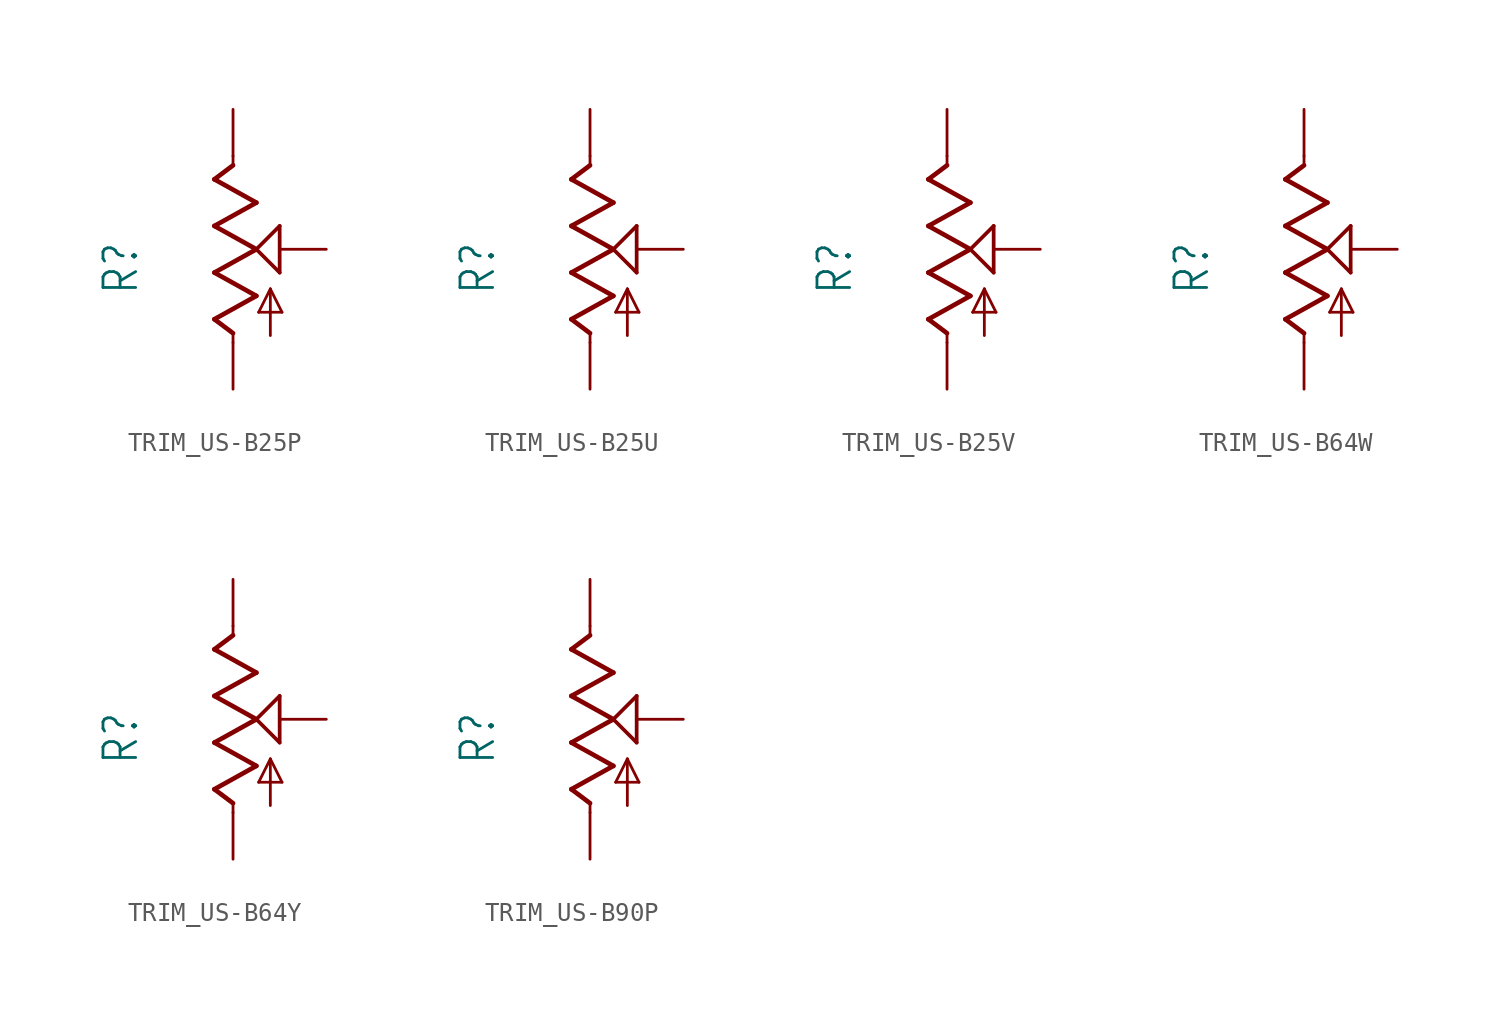
<source format=kicad_sym>
(kicad_symbol_lib
  (version 20231120)
  (generator "kicad_symbol_editor")
  (generator_version "8.0")
  (symbol "TRIM_US-B25P"
    (property "Reference" "R"
      (at -5.08 -2.54 90)
      (effects (font (size 1.778 1.511)) (justify left bottom)))
    (property "Value" ""
      (at -2.54 -2.54 90)
      (effects (font (size 1.778 1.511)) (justify left bottom)))
    (property "ki_locked" ""
      (at 0 0 0)
      (effects (font (size 1.27 1.27))))
    (symbol "TRIM_US-B25P_1_0"
      (polyline (pts (xy -1.016 -3.81) (xy 1.27 -2.54)) (stroke (width 0.254) (type solid)) (fill (type none)))
      (polyline (pts (xy -1.016 -1.27) (xy 1.27 0)) (stroke (width 0.254) (type solid)) (fill (type none)))
      (polyline (pts (xy -1.016 1.27) (xy 1.27 2.54)) (stroke (width 0.254) (type solid)) (fill (type none)))
      (polyline (pts (xy -1.016 3.81) (xy 0 4.572)) (stroke (width 0.254) (type solid)) (fill (type none)))
      (polyline (pts (xy 0 -5.08) (xy 0 -4.572)) (stroke (width 0.152) (type solid)) (fill (type none)))
      (polyline (pts (xy 0 -4.572) (xy -1.016 -3.81)) (stroke (width 0.254) (type solid)) (fill (type none)))
      (polyline (pts (xy 0 4.572) (xy 0 5.08)) (stroke (width 0.152) (type solid)) (fill (type none)))
      (polyline (pts (xy 1.27 -2.54) (xy -1.016 -1.27)) (stroke (width 0.254) (type solid)) (fill (type none)))
      (polyline (pts (xy 1.27 0) (xy -1.016 1.27)) (stroke (width 0.254) (type solid)) (fill (type none)))
      (polyline (pts (xy 1.27 0) (xy 2.54 1.27)) (stroke (width 0.203) (type solid)) (fill (type none)))
      (polyline (pts (xy 1.27 2.54) (xy -1.016 3.81)) (stroke (width 0.254) (type solid)) (fill (type none)))
      (polyline (pts (xy 1.397 -3.429) (xy 2.032 -2.159)) (stroke (width 0.152) (type solid)) (fill (type none)))
      (polyline (pts (xy 2.032 -4.699) (xy 2.032 -2.159)) (stroke (width 0.152) (type solid)) (fill (type none)))
      (polyline (pts (xy 2.032 -2.159) (xy 2.667 -3.429)) (stroke (width 0.152) (type solid)) (fill (type none)))
      (polyline (pts (xy 2.54 -1.27) (xy 1.27 0)) (stroke (width 0.203) (type solid)) (fill (type none)))
      (polyline (pts (xy 2.54 1.27) (xy 2.54 -1.27)) (stroke (width 0.203) (type solid)) (fill (type none)))
      (polyline (pts (xy 2.667 -3.429) (xy 1.397 -3.429)) (stroke (width 0.152) (type solid)) (fill (type none)))
      (pin passive line (at 0 -7.62 90) (length 2.54) (name "A" (effects (font (size 0 0)))) (number "A" (effects (font (size 0 0)))))
      (pin passive line (at 0 7.62 270) (length 2.54) (name "E" (effects (font (size 0 0)))) (number "E" (effects (font (size 0 0)))))
      (pin passive line (at 5.08 0 180) (length 2.54) (name "S" (effects (font (size 0 0)))) (number "S" (effects (font (size 0 0)))))))
  (symbol "TRIM_US-B25U"
    (property "Reference" "R"
      (at -5.08 -2.54 90)
      (effects (font (size 1.778 1.511)) (justify left bottom)))
    (property "Value" ""
      (at -2.54 -2.54 90)
      (effects (font (size 1.778 1.511)) (justify left bottom)))
    (property "ki_locked" ""
      (at 0 0 0)
      (effects (font (size 1.27 1.27))))
    (symbol "TRIM_US-B25U_1_0"
      (polyline (pts (xy -1.016 -3.81) (xy 1.27 -2.54)) (stroke (width 0.254) (type solid)) (fill (type none)))
      (polyline (pts (xy -1.016 -1.27) (xy 1.27 0)) (stroke (width 0.254) (type solid)) (fill (type none)))
      (polyline (pts (xy -1.016 1.27) (xy 1.27 2.54)) (stroke (width 0.254) (type solid)) (fill (type none)))
      (polyline (pts (xy -1.016 3.81) (xy 0 4.572)) (stroke (width 0.254) (type solid)) (fill (type none)))
      (polyline (pts (xy 0 -5.08) (xy 0 -4.572)) (stroke (width 0.152) (type solid)) (fill (type none)))
      (polyline (pts (xy 0 -4.572) (xy -1.016 -3.81)) (stroke (width 0.254) (type solid)) (fill (type none)))
      (polyline (pts (xy 0 4.572) (xy 0 5.08)) (stroke (width 0.152) (type solid)) (fill (type none)))
      (polyline (pts (xy 1.27 -2.54) (xy -1.016 -1.27)) (stroke (width 0.254) (type solid)) (fill (type none)))
      (polyline (pts (xy 1.27 0) (xy -1.016 1.27)) (stroke (width 0.254) (type solid)) (fill (type none)))
      (polyline (pts (xy 1.27 0) (xy 2.54 1.27)) (stroke (width 0.203) (type solid)) (fill (type none)))
      (polyline (pts (xy 1.27 2.54) (xy -1.016 3.81)) (stroke (width 0.254) (type solid)) (fill (type none)))
      (polyline (pts (xy 1.397 -3.429) (xy 2.032 -2.159)) (stroke (width 0.152) (type solid)) (fill (type none)))
      (polyline (pts (xy 2.032 -4.699) (xy 2.032 -2.159)) (stroke (width 0.152) (type solid)) (fill (type none)))
      (polyline (pts (xy 2.032 -2.159) (xy 2.667 -3.429)) (stroke (width 0.152) (type solid)) (fill (type none)))
      (polyline (pts (xy 2.54 -1.27) (xy 1.27 0)) (stroke (width 0.203) (type solid)) (fill (type none)))
      (polyline (pts (xy 2.54 1.27) (xy 2.54 -1.27)) (stroke (width 0.203) (type solid)) (fill (type none)))
      (polyline (pts (xy 2.667 -3.429) (xy 1.397 -3.429)) (stroke (width 0.152) (type solid)) (fill (type none)))
      (pin passive line (at 0 -7.62 90) (length 2.54) (name "A" (effects (font (size 0 0)))) (number "A" (effects (font (size 0 0)))))
      (pin passive line (at 0 7.62 270) (length 2.54) (name "E" (effects (font (size 0 0)))) (number "E" (effects (font (size 0 0)))))
      (pin passive line (at 5.08 0 180) (length 2.54) (name "S" (effects (font (size 0 0)))) (number "S" (effects (font (size 0 0)))))))
  (symbol "TRIM_US-B25V"
    (property "Reference" "R"
      (at -5.08 -2.54 90)
      (effects (font (size 1.778 1.511)) (justify left bottom)))
    (property "Value" ""
      (at -2.54 -2.54 90)
      (effects (font (size 1.778 1.511)) (justify left bottom)))
    (property "ki_locked" ""
      (at 0 0 0)
      (effects (font (size 1.27 1.27))))
    (symbol "TRIM_US-B25V_1_0"
      (polyline (pts (xy -1.016 -3.81) (xy 1.27 -2.54)) (stroke (width 0.254) (type solid)) (fill (type none)))
      (polyline (pts (xy -1.016 -1.27) (xy 1.27 0)) (stroke (width 0.254) (type solid)) (fill (type none)))
      (polyline (pts (xy -1.016 1.27) (xy 1.27 2.54)) (stroke (width 0.254) (type solid)) (fill (type none)))
      (polyline (pts (xy -1.016 3.81) (xy 0 4.572)) (stroke (width 0.254) (type solid)) (fill (type none)))
      (polyline (pts (xy 0 -5.08) (xy 0 -4.572)) (stroke (width 0.152) (type solid)) (fill (type none)))
      (polyline (pts (xy 0 -4.572) (xy -1.016 -3.81)) (stroke (width 0.254) (type solid)) (fill (type none)))
      (polyline (pts (xy 0 4.572) (xy 0 5.08)) (stroke (width 0.152) (type solid)) (fill (type none)))
      (polyline (pts (xy 1.27 -2.54) (xy -1.016 -1.27)) (stroke (width 0.254) (type solid)) (fill (type none)))
      (polyline (pts (xy 1.27 0) (xy -1.016 1.27)) (stroke (width 0.254) (type solid)) (fill (type none)))
      (polyline (pts (xy 1.27 0) (xy 2.54 1.27)) (stroke (width 0.203) (type solid)) (fill (type none)))
      (polyline (pts (xy 1.27 2.54) (xy -1.016 3.81)) (stroke (width 0.254) (type solid)) (fill (type none)))
      (polyline (pts (xy 1.397 -3.429) (xy 2.032 -2.159)) (stroke (width 0.152) (type solid)) (fill (type none)))
      (polyline (pts (xy 2.032 -4.699) (xy 2.032 -2.159)) (stroke (width 0.152) (type solid)) (fill (type none)))
      (polyline (pts (xy 2.032 -2.159) (xy 2.667 -3.429)) (stroke (width 0.152) (type solid)) (fill (type none)))
      (polyline (pts (xy 2.54 -1.27) (xy 1.27 0)) (stroke (width 0.203) (type solid)) (fill (type none)))
      (polyline (pts (xy 2.54 1.27) (xy 2.54 -1.27)) (stroke (width 0.203) (type solid)) (fill (type none)))
      (polyline (pts (xy 2.667 -3.429) (xy 1.397 -3.429)) (stroke (width 0.152) (type solid)) (fill (type none)))
      (pin passive line (at 0 -7.62 90) (length 2.54) (name "A" (effects (font (size 0 0)))) (number "A" (effects (font (size 0 0)))))
      (pin passive line (at 0 7.62 270) (length 2.54) (name "E" (effects (font (size 0 0)))) (number "E" (effects (font (size 0 0)))))
      (pin passive line (at 5.08 0 180) (length 2.54) (name "S" (effects (font (size 0 0)))) (number "S" (effects (font (size 0 0)))))))
  (symbol "TRIM_US-B64W"
    (property "Reference" "R"
      (at -5.08 -2.54 90)
      (effects (font (size 1.778 1.511)) (justify left bottom)))
    (property "Value" ""
      (at -2.54 -2.54 90)
      (effects (font (size 1.778 1.511)) (justify left bottom)))
    (property "ki_locked" ""
      (at 0 0 0)
      (effects (font (size 1.27 1.27))))
    (symbol "TRIM_US-B64W_1_0"
      (polyline (pts (xy -1.016 -3.81) (xy 1.27 -2.54)) (stroke (width 0.254) (type solid)) (fill (type none)))
      (polyline (pts (xy -1.016 -1.27) (xy 1.27 0)) (stroke (width 0.254) (type solid)) (fill (type none)))
      (polyline (pts (xy -1.016 1.27) (xy 1.27 2.54)) (stroke (width 0.254) (type solid)) (fill (type none)))
      (polyline (pts (xy -1.016 3.81) (xy 0 4.572)) (stroke (width 0.254) (type solid)) (fill (type none)))
      (polyline (pts (xy 0 -5.08) (xy 0 -4.572)) (stroke (width 0.152) (type solid)) (fill (type none)))
      (polyline (pts (xy 0 -4.572) (xy -1.016 -3.81)) (stroke (width 0.254) (type solid)) (fill (type none)))
      (polyline (pts (xy 0 4.572) (xy 0 5.08)) (stroke (width 0.152) (type solid)) (fill (type none)))
      (polyline (pts (xy 1.27 -2.54) (xy -1.016 -1.27)) (stroke (width 0.254) (type solid)) (fill (type none)))
      (polyline (pts (xy 1.27 0) (xy -1.016 1.27)) (stroke (width 0.254) (type solid)) (fill (type none)))
      (polyline (pts (xy 1.27 0) (xy 2.54 1.27)) (stroke (width 0.203) (type solid)) (fill (type none)))
      (polyline (pts (xy 1.27 2.54) (xy -1.016 3.81)) (stroke (width 0.254) (type solid)) (fill (type none)))
      (polyline (pts (xy 1.397 -3.429) (xy 2.032 -2.159)) (stroke (width 0.152) (type solid)) (fill (type none)))
      (polyline (pts (xy 2.032 -4.699) (xy 2.032 -2.159)) (stroke (width 0.152) (type solid)) (fill (type none)))
      (polyline (pts (xy 2.032 -2.159) (xy 2.667 -3.429)) (stroke (width 0.152) (type solid)) (fill (type none)))
      (polyline (pts (xy 2.54 -1.27) (xy 1.27 0)) (stroke (width 0.203) (type solid)) (fill (type none)))
      (polyline (pts (xy 2.54 1.27) (xy 2.54 -1.27)) (stroke (width 0.203) (type solid)) (fill (type none)))
      (polyline (pts (xy 2.667 -3.429) (xy 1.397 -3.429)) (stroke (width 0.152) (type solid)) (fill (type none)))
      (pin passive line (at 0 -7.62 90) (length 2.54) (name "A" (effects (font (size 0 0)))) (number "A" (effects (font (size 0 0)))))
      (pin passive line (at 0 7.62 270) (length 2.54) (name "E" (effects (font (size 0 0)))) (number "E" (effects (font (size 0 0)))))
      (pin passive line (at 5.08 0 180) (length 2.54) (name "S" (effects (font (size 0 0)))) (number "S" (effects (font (size 0 0)))))))
  (symbol "TRIM_US-B64Y"
    (property "Reference" "R"
      (at -5.08 -2.54 90)
      (effects (font (size 1.778 1.511)) (justify left bottom)))
    (property "Value" ""
      (at -2.54 -2.54 90)
      (effects (font (size 1.778 1.511)) (justify left bottom)))
    (property "ki_locked" ""
      (at 0 0 0)
      (effects (font (size 1.27 1.27))))
    (symbol "TRIM_US-B64Y_1_0"
      (polyline (pts (xy -1.016 -3.81) (xy 1.27 -2.54)) (stroke (width 0.254) (type solid)) (fill (type none)))
      (polyline (pts (xy -1.016 -1.27) (xy 1.27 0)) (stroke (width 0.254) (type solid)) (fill (type none)))
      (polyline (pts (xy -1.016 1.27) (xy 1.27 2.54)) (stroke (width 0.254) (type solid)) (fill (type none)))
      (polyline (pts (xy -1.016 3.81) (xy 0 4.572)) (stroke (width 0.254) (type solid)) (fill (type none)))
      (polyline (pts (xy 0 -5.08) (xy 0 -4.572)) (stroke (width 0.152) (type solid)) (fill (type none)))
      (polyline (pts (xy 0 -4.572) (xy -1.016 -3.81)) (stroke (width 0.254) (type solid)) (fill (type none)))
      (polyline (pts (xy 0 4.572) (xy 0 5.08)) (stroke (width 0.152) (type solid)) (fill (type none)))
      (polyline (pts (xy 1.27 -2.54) (xy -1.016 -1.27)) (stroke (width 0.254) (type solid)) (fill (type none)))
      (polyline (pts (xy 1.27 0) (xy -1.016 1.27)) (stroke (width 0.254) (type solid)) (fill (type none)))
      (polyline (pts (xy 1.27 0) (xy 2.54 1.27)) (stroke (width 0.203) (type solid)) (fill (type none)))
      (polyline (pts (xy 1.27 2.54) (xy -1.016 3.81)) (stroke (width 0.254) (type solid)) (fill (type none)))
      (polyline (pts (xy 1.397 -3.429) (xy 2.032 -2.159)) (stroke (width 0.152) (type solid)) (fill (type none)))
      (polyline (pts (xy 2.032 -4.699) (xy 2.032 -2.159)) (stroke (width 0.152) (type solid)) (fill (type none)))
      (polyline (pts (xy 2.032 -2.159) (xy 2.667 -3.429)) (stroke (width 0.152) (type solid)) (fill (type none)))
      (polyline (pts (xy 2.54 -1.27) (xy 1.27 0)) (stroke (width 0.203) (type solid)) (fill (type none)))
      (polyline (pts (xy 2.54 1.27) (xy 2.54 -1.27)) (stroke (width 0.203) (type solid)) (fill (type none)))
      (polyline (pts (xy 2.667 -3.429) (xy 1.397 -3.429)) (stroke (width 0.152) (type solid)) (fill (type none)))
      (pin passive line (at 0 -7.62 90) (length 2.54) (name "A" (effects (font (size 0 0)))) (number "A" (effects (font (size 0 0)))))
      (pin passive line (at 0 7.62 270) (length 2.54) (name "E" (effects (font (size 0 0)))) (number "E" (effects (font (size 0 0)))))
      (pin passive line (at 5.08 0 180) (length 2.54) (name "S" (effects (font (size 0 0)))) (number "S" (effects (font (size 0 0)))))))
  (symbol "TRIM_US-B90P"
    (property "Reference" "R"
      (at -5.08 -2.54 90)
      (effects (font (size 1.778 1.511)) (justify left bottom)))
    (property "Value" ""
      (at -2.54 -2.54 90)
      (effects (font (size 1.778 1.511)) (justify left bottom)))
    (property "ki_locked" ""
      (at 0 0 0)
      (effects (font (size 1.27 1.27))))
    (symbol "TRIM_US-B90P_1_0"
      (polyline (pts (xy -1.016 -3.81) (xy 1.27 -2.54)) (stroke (width 0.254) (type solid)) (fill (type none)))
      (polyline (pts (xy -1.016 -1.27) (xy 1.27 0)) (stroke (width 0.254) (type solid)) (fill (type none)))
      (polyline (pts (xy -1.016 1.27) (xy 1.27 2.54)) (stroke (width 0.254) (type solid)) (fill (type none)))
      (polyline (pts (xy -1.016 3.81) (xy 0 4.572)) (stroke (width 0.254) (type solid)) (fill (type none)))
      (polyline (pts (xy 0 -5.08) (xy 0 -4.572)) (stroke (width 0.152) (type solid)) (fill (type none)))
      (polyline (pts (xy 0 -4.572) (xy -1.016 -3.81)) (stroke (width 0.254) (type solid)) (fill (type none)))
      (polyline (pts (xy 0 4.572) (xy 0 5.08)) (stroke (width 0.152) (type solid)) (fill (type none)))
      (polyline (pts (xy 1.27 -2.54) (xy -1.016 -1.27)) (stroke (width 0.254) (type solid)) (fill (type none)))
      (polyline (pts (xy 1.27 0) (xy -1.016 1.27)) (stroke (width 0.254) (type solid)) (fill (type none)))
      (polyline (pts (xy 1.27 0) (xy 2.54 1.27)) (stroke (width 0.203) (type solid)) (fill (type none)))
      (polyline (pts (xy 1.27 2.54) (xy -1.016 3.81)) (stroke (width 0.254) (type solid)) (fill (type none)))
      (polyline (pts (xy 1.397 -3.429) (xy 2.032 -2.159)) (stroke (width 0.152) (type solid)) (fill (type none)))
      (polyline (pts (xy 2.032 -4.699) (xy 2.032 -2.159)) (stroke (width 0.152) (type solid)) (fill (type none)))
      (polyline (pts (xy 2.032 -2.159) (xy 2.667 -3.429)) (stroke (width 0.152) (type solid)) (fill (type none)))
      (polyline (pts (xy 2.54 -1.27) (xy 1.27 0)) (stroke (width 0.203) (type solid)) (fill (type none)))
      (polyline (pts (xy 2.54 1.27) (xy 2.54 -1.27)) (stroke (width 0.203) (type solid)) (fill (type none)))
      (polyline (pts (xy 2.667 -3.429) (xy 1.397 -3.429)) (stroke (width 0.152) (type solid)) (fill (type none)))
      (pin passive line (at 0 -7.62 90) (length 2.54) (name "A" (effects (font (size 0 0)))) (number "A" (effects (font (size 0 0)))))
      (pin passive line (at 0 7.62 270) (length 2.54) (name "E" (effects (font (size 0 0)))) (number "E" (effects (font (size 0 0)))))
      (pin passive line (at 5.08 0 180) (length 2.54) (name "S" (effects (font (size 0 0)))) (number "S" (effects (font (size 0 0))))))))
</source>
